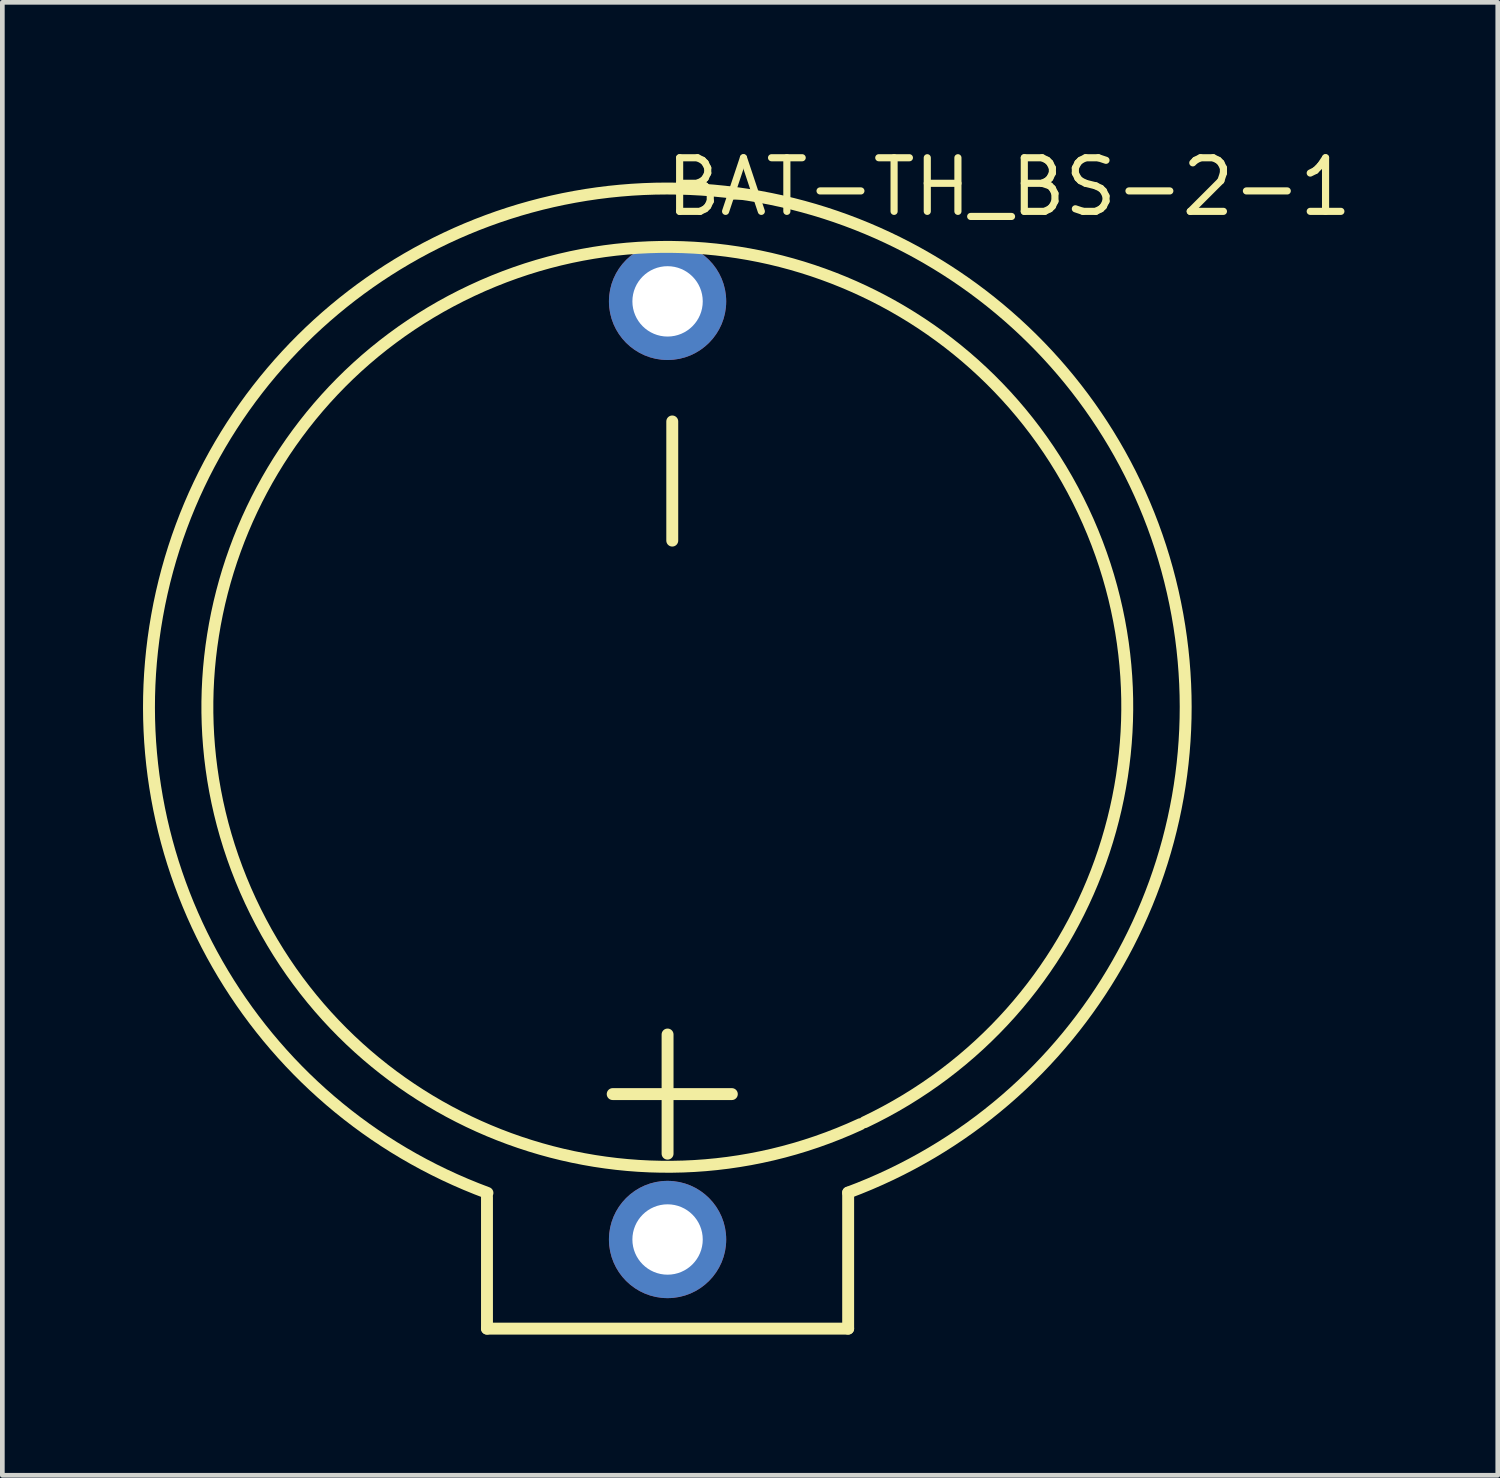
<source format=kicad_pcb>
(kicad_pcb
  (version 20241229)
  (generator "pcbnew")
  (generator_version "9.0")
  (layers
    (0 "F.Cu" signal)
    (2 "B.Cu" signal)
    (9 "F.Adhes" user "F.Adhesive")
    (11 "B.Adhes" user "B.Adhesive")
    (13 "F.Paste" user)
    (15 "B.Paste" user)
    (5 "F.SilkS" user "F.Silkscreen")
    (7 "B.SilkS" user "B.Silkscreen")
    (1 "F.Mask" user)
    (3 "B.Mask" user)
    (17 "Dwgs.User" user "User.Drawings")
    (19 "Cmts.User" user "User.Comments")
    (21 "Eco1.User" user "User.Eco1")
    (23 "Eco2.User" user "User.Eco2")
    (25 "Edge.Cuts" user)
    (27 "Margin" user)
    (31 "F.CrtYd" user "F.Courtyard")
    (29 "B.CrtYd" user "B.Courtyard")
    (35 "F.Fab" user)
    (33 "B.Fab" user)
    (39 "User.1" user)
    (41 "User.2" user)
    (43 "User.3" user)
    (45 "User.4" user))
  (footprint "BAT-TH_BS-2-1"
    (layer "F.Cu")
    (at 11.182 13.375)
    (property "Reference" "BAT-TH_BS-2-1" (at -0.115 -12.44 0) (layer "F.SilkS") (effects (font (size 1.143 1.143) (thickness 0.152)) (justify left)))
    (attr through_hole)
    (fp_line (start -3.85 11.9) (end -3.85 9.1) (stroke (width 0.254) (type solid)) (layer "F.SilkS"))
    (fp_line (start -3.85 11.9) (end 3.85 11.9) (stroke (width 0.254) (type solid)) (layer "F.SilkS"))
    (fp_line (start 0 8.17) (end 0 5.63) (stroke (width 0.254) (type solid)) (layer "F.SilkS"))
    (fp_line (start 0.1 -4.9) (end 0.1 -7.44) (stroke (width 0.254) (type solid)) (layer "F.SilkS"))
    (fp_line (start 1.37 6.9) (end -1.17 6.9) (stroke (width 0.254) (type solid)) (layer "F.SilkS"))
    (fp_line (start 3.85 11.9) (end 3.85 9) (stroke (width 0.254) (type solid)) (layer "F.SilkS"))
    (fp_arc (start -3.84 9.007) (mid -0.01564 -12.405836) (end 3.84995 8.999595) (stroke (width 0.254) (type solid)) (layer "F.SilkS"))
    (fp_arc (start 4.112 7.541) (mid -4.166204 -10.232411) (end 4.200306 7.499603) (stroke (width 0.254) (type solid)) (layer "F.SilkS"))
    (pad "1" thru_hole circle (at 0 10 90) (size 2.5 2.5) (drill 1.5) (layers "*.Cu" "*.Paste" "*.Mask"))
    (pad "2" thru_hole circle (at 0 -10 90) (size 2.5 2.5) (drill 1.5) (layers "*.Cu" "*.Paste" "*.Mask")))
  (gr_rect
    (start -3 -3)
    (end 28.881 28.402)
    (stroke (width 0.1) (type default))
    (fill no)
    (layer "Edge.Cuts")))
</source>
